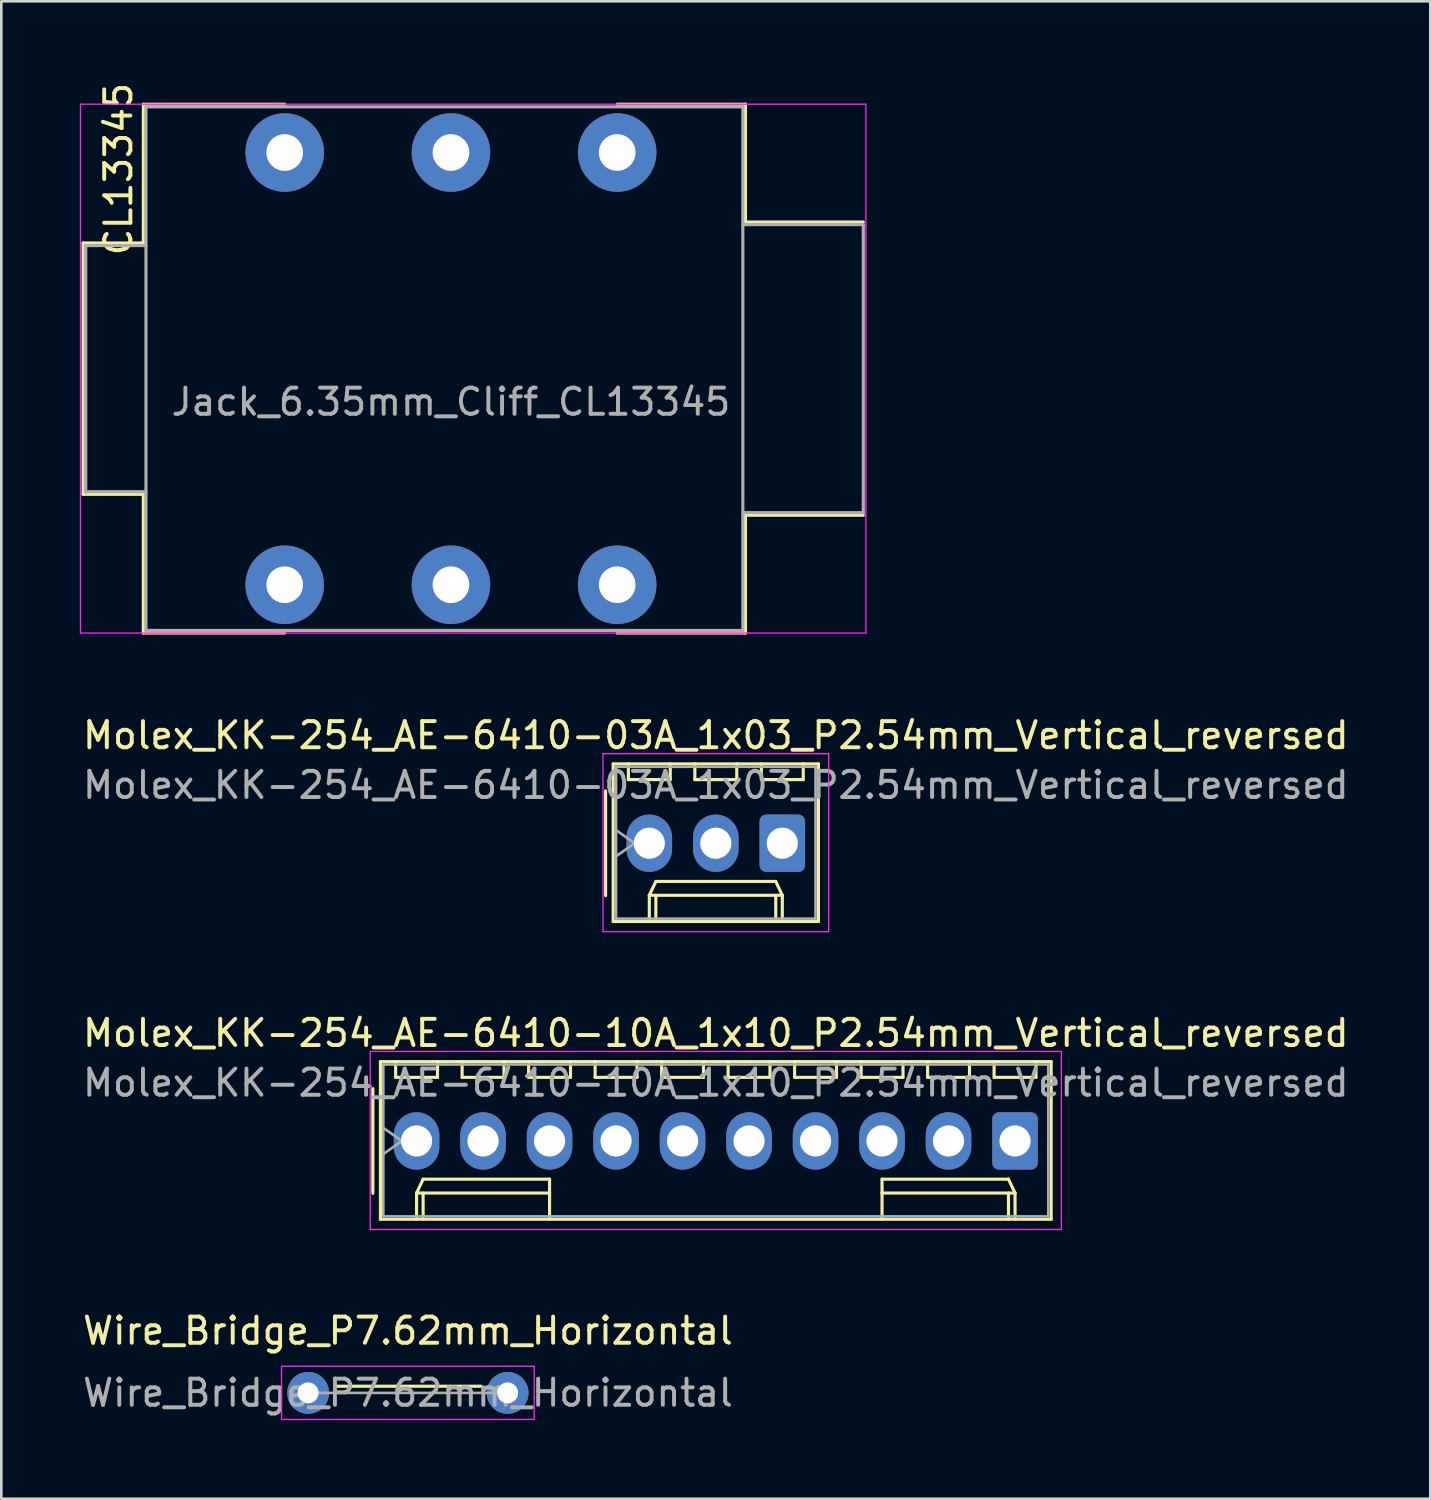
<source format=kicad_pcb>
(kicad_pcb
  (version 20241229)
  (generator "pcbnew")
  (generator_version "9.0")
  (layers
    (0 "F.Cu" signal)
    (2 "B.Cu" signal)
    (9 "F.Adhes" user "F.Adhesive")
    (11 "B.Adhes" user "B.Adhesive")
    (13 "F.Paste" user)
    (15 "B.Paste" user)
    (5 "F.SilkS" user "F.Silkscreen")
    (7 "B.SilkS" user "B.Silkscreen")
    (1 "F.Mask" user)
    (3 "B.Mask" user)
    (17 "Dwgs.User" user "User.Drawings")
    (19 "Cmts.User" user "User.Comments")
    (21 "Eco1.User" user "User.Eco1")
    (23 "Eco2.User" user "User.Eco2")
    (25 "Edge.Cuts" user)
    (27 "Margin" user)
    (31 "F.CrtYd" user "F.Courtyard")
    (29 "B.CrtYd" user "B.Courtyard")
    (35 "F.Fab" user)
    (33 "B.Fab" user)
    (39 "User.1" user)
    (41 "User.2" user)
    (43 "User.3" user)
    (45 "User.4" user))
  (footprint "Molex_KK-254_AE-6410-03A_1x03_P2.54mm_Vertical_reversed"
    (layer "F.Cu")
    (at 21.752 29.159)
    (property "Reference" "Molex_KK-254_AE-6410-03A_1x03_P2.54mm_Vertical_reversed" (at 2.54 -4.12 0) (layer "F.SilkS") (effects (font (size 1 1) (thickness 0.15))))
    (attr through_hole)
    (fp_line (start -1.67 -2) (end -1.67 2) (stroke (width 0.12) (type solid)) (layer "F.SilkS"))
    (fp_line (start -1.38 -3.03) (end -1.38 2.99) (stroke (width 0.12) (type solid)) (layer "F.SilkS"))
    (fp_line (start -1.38 2.99) (end 6.46 2.99) (stroke (width 0.12) (type solid)) (layer "F.SilkS"))
    (fp_line (start -0.8 -3.03) (end -0.8 -2.43) (stroke (width 0.12) (type solid)) (layer "F.SilkS"))
    (fp_line (start -0.8 -2.43) (end 0.8 -2.43) (stroke (width 0.12) (type solid)) (layer "F.SilkS"))
    (fp_line (start 0 1.99) (end 0.25 1.46) (stroke (width 0.12) (type solid)) (layer "F.SilkS"))
    (fp_line (start 0 1.99) (end 5.08 1.99) (stroke (width 0.12) (type solid)) (layer "F.SilkS"))
    (fp_line (start 0 2.99) (end 0 1.99) (stroke (width 0.12) (type solid)) (layer "F.SilkS"))
    (fp_line (start 0.25 1.46) (end 4.83 1.46) (stroke (width 0.12) (type solid)) (layer "F.SilkS"))
    (fp_line (start 0.25 2.99) (end 0.25 1.99) (stroke (width 0.12) (type solid)) (layer "F.SilkS"))
    (fp_line (start 0.8 -2.43) (end 0.8 -3.03) (stroke (width 0.12) (type solid)) (layer "F.SilkS"))
    (fp_line (start 1.74 -3.03) (end 1.74 -2.43) (stroke (width 0.12) (type solid)) (layer "F.SilkS"))
    (fp_line (start 1.74 -2.43) (end 3.34 -2.43) (stroke (width 0.12) (type solid)) (layer "F.SilkS"))
    (fp_line (start 3.34 -2.43) (end 3.34 -3.03) (stroke (width 0.12) (type solid)) (layer "F.SilkS"))
    (fp_line (start 4.28 -3.03) (end 4.28 -2.43) (stroke (width 0.12) (type solid)) (layer "F.SilkS"))
    (fp_line (start 4.28 -2.43) (end 5.88 -2.43) (stroke (width 0.12) (type solid)) (layer "F.SilkS"))
    (fp_line (start 4.83 1.46) (end 5.08 1.99) (stroke (width 0.12) (type solid)) (layer "F.SilkS"))
    (fp_line (start 4.83 2.99) (end 4.83 1.99) (stroke (width 0.12) (type solid)) (layer "F.SilkS"))
    (fp_line (start 5.08 1.99) (end 5.08 2.99) (stroke (width 0.12) (type solid)) (layer "F.SilkS"))
    (fp_line (start 5.88 -2.43) (end 5.88 -3.03) (stroke (width 0.12) (type solid)) (layer "F.SilkS"))
    (fp_line (start 6.46 -3.03) (end -1.38 -3.03) (stroke (width 0.12) (type solid)) (layer "F.SilkS"))
    (fp_line (start 6.46 2.99) (end 6.46 -3.03) (stroke (width 0.12) (type solid)) (layer "F.SilkS"))
    (fp_line (start -1.77 -3.42) (end -1.77 3.38) (stroke (width 0.05) (type solid)) (layer "F.CrtYd"))
    (fp_line (start -1.77 3.38) (end 6.85 3.38) (stroke (width 0.05) (type solid)) (layer "F.CrtYd"))
    (fp_line (start 6.85 -3.42) (end -1.77 -3.42) (stroke (width 0.05) (type solid)) (layer "F.CrtYd"))
    (fp_line (start 6.85 3.38) (end 6.85 -3.42) (stroke (width 0.05) (type solid)) (layer "F.CrtYd"))
    (fp_line (start -1.27 -2.92) (end -1.27 2.88) (stroke (width 0.1) (type solid)) (layer "F.Fab"))
    (fp_line (start -1.27 -0.5) (end -0.563 0) (stroke (width 0.1) (type solid)) (layer "F.Fab"))
    (fp_line (start -1.27 2.88) (end 6.35 2.88) (stroke (width 0.1) (type solid)) (layer "F.Fab"))
    (fp_line (start -0.563 0) (end -1.27 0.5) (stroke (width 0.1) (type solid)) (layer "F.Fab"))
    (fp_line (start 6.35 -2.92) (end -1.27 -2.92) (stroke (width 0.1) (type solid)) (layer "F.Fab"))
    (fp_line (start 6.35 2.88) (end 6.35 -2.92) (stroke (width 0.1) (type solid)) (layer "F.Fab"))
    (fp_text user "${REFERENCE}" (at 2.54 -2.22 0) (layer "F.Fab") (effects (font (size 1 1) (thickness 0.15))))
    (pad "1" thru_hole roundrect (at 5.08 0) (size 1.74 2.19) (drill 1.19) (layers "*.Cu" "*.Mask") (roundrect_rratio 0.144))
    (pad "2" thru_hole oval (at 2.54 0) (size 1.74 2.19) (drill 1.19) (layers "*.Cu" "*.Mask"))
    (pad "3" thru_hole oval (at 0 0) (size 1.74 2.19) (drill 1.19) (layers "*.Cu" "*.Mask")))
  (footprint "Wire_Bridge_P7.62mm_Horizontal"
    (layer "F.Cu")
    (at 8.72 50.155)
    (property "Reference" "Wire_Bridge_P7.62mm_Horizontal" (at 3.81 -2.37 0) (layer "F.SilkS") (effects (font (size 1 1) (thickness 0.15))))
    (attr through_hole)
    (fp_line (start 1.016 -0.254) (end 6.604 -0.254) (stroke (width 0.12) (type solid)) (layer "F.SilkS"))
    (fp_line (start -1.016 -1.016) (end -1.016 1.016) (stroke (width 0.05) (type solid)) (layer "F.CrtYd"))
    (fp_line (start -1.016 1.016) (end 8.636 1.016) (stroke (width 0.05) (type solid)) (layer "F.CrtYd"))
    (fp_line (start 8.636 -1.016) (end -1.016 -1.016) (stroke (width 0.05) (type solid)) (layer "F.CrtYd"))
    (fp_line (start 8.636 1.016) (end 8.636 -1.016) (stroke (width 0.05) (type solid)) (layer "F.CrtYd"))
    (fp_line (start 0 0) (end 0.66 0) (stroke (width 0.1) (type solid)) (layer "F.Fab"))
    (fp_line (start 0.66 0) (end 6.96 0) (stroke (width 0.1) (type solid)) (layer "F.Fab"))
    (fp_line (start 7.62 0) (end 6.96 0) (stroke (width 0.1) (type solid)) (layer "F.Fab"))
    (fp_text user "${REFERENCE}" (at 3.81 0 0) (layer "F.Fab") (effects (font (size 1 1) (thickness 0.15))))
    (pad "1" thru_hole circle (at 0 0) (size 1.6 1.6) (drill 0.8) (layers "*.Cu" "*.Mask"))
    (pad "2" thru_hole oval (at 7.62 0) (size 1.6 1.6) (drill 0.8) (layers "*.Cu" "*.Mask")))
  (footprint "Molex_KK-254_AE-6410-10A_1x10_P2.54mm_Vertical_reversed"
    (layer "F.Cu")
    (at 12.862 40.532)
    (property "Reference" "Molex_KK-254_AE-6410-10A_1x10_P2.54mm_Vertical_reversed" (at 11.43 -4.12 180) (layer "F.SilkS") (effects (font (size 1 1) (thickness 0.15))))
    (attr through_hole)
    (fp_line (start -1.67 -2) (end -1.67 2) (stroke (width 0.12) (type solid)) (layer "F.SilkS"))
    (fp_line (start -1.38 -3.03) (end -1.38 2.99) (stroke (width 0.12) (type solid)) (layer "F.SilkS"))
    (fp_line (start -1.38 2.99) (end 24.24 2.99) (stroke (width 0.12) (type solid)) (layer "F.SilkS"))
    (fp_line (start -0.8 -3.03) (end -0.8 -2.43) (stroke (width 0.12) (type solid)) (layer "F.SilkS"))
    (fp_line (start -0.8 -2.43) (end 0.8 -2.43) (stroke (width 0.12) (type solid)) (layer "F.SilkS"))
    (fp_line (start 0 1.99) (end 0.25 1.46) (stroke (width 0.12) (type solid)) (layer "F.SilkS"))
    (fp_line (start 0 1.99) (end 5.08 1.99) (stroke (width 0.12) (type solid)) (layer "F.SilkS"))
    (fp_line (start 0 2.99) (end 0 1.99) (stroke (width 0.12) (type solid)) (layer "F.SilkS"))
    (fp_line (start 0.25 1.46) (end 5.08 1.46) (stroke (width 0.12) (type solid)) (layer "F.SilkS"))
    (fp_line (start 0.25 2.99) (end 0.25 1.99) (stroke (width 0.12) (type solid)) (layer "F.SilkS"))
    (fp_line (start 0.8 -2.43) (end 0.8 -3.03) (stroke (width 0.12) (type solid)) (layer "F.SilkS"))
    (fp_line (start 1.74 -3.03) (end 1.74 -2.43) (stroke (width 0.12) (type solid)) (layer "F.SilkS"))
    (fp_line (start 1.74 -2.43) (end 3.34 -2.43) (stroke (width 0.12) (type solid)) (layer "F.SilkS"))
    (fp_line (start 3.34 -2.43) (end 3.34 -3.03) (stroke (width 0.12) (type solid)) (layer "F.SilkS"))
    (fp_line (start 4.28 -3.03) (end 4.28 -2.43) (stroke (width 0.12) (type solid)) (layer "F.SilkS"))
    (fp_line (start 4.28 -2.43) (end 5.88 -2.43) (stroke (width 0.12) (type solid)) (layer "F.SilkS"))
    (fp_line (start 5.08 1.46) (end 5.08 1.99) (stroke (width 0.12) (type solid)) (layer "F.SilkS"))
    (fp_line (start 5.08 1.99) (end 5.08 2.99) (stroke (width 0.12) (type solid)) (layer "F.SilkS"))
    (fp_line (start 5.88 -2.43) (end 5.88 -3.03) (stroke (width 0.12) (type solid)) (layer "F.SilkS"))
    (fp_line (start 6.82 -3.03) (end 6.82 -2.43) (stroke (width 0.12) (type solid)) (layer "F.SilkS"))
    (fp_line (start 6.82 -2.43) (end 8.42 -2.43) (stroke (width 0.12) (type solid)) (layer "F.SilkS"))
    (fp_line (start 8.42 -2.43) (end 8.42 -3.03) (stroke (width 0.12) (type solid)) (layer "F.SilkS"))
    (fp_line (start 9.36 -3.03) (end 9.36 -2.43) (stroke (width 0.12) (type solid)) (layer "F.SilkS"))
    (fp_line (start 9.36 -2.43) (end 10.96 -2.43) (stroke (width 0.12) (type solid)) (layer "F.SilkS"))
    (fp_line (start 10.96 -2.43) (end 10.96 -3.03) (stroke (width 0.12) (type solid)) (layer "F.SilkS"))
    (fp_line (start 11.9 -3.03) (end 11.9 -2.43) (stroke (width 0.12) (type solid)) (layer "F.SilkS"))
    (fp_line (start 11.9 -2.43) (end 13.5 -2.43) (stroke (width 0.12) (type solid)) (layer "F.SilkS"))
    (fp_line (start 13.5 -2.43) (end 13.5 -3.03) (stroke (width 0.12) (type solid)) (layer "F.SilkS"))
    (fp_line (start 14.44 -3.03) (end 14.44 -2.43) (stroke (width 0.12) (type solid)) (layer "F.SilkS"))
    (fp_line (start 14.44 -2.43) (end 16.04 -2.43) (stroke (width 0.12) (type solid)) (layer "F.SilkS"))
    (fp_line (start 16.04 -2.43) (end 16.04 -3.03) (stroke (width 0.12) (type solid)) (layer "F.SilkS"))
    (fp_line (start 16.98 -3.03) (end 16.98 -2.43) (stroke (width 0.12) (type solid)) (layer "F.SilkS"))
    (fp_line (start 16.98 -2.43) (end 18.58 -2.43) (stroke (width 0.12) (type solid)) (layer "F.SilkS"))
    (fp_line (start 17.78 1.46) (end 17.78 1.99) (stroke (width 0.12) (type solid)) (layer "F.SilkS"))
    (fp_line (start 17.78 1.99) (end 17.78 2.99) (stroke (width 0.12) (type solid)) (layer "F.SilkS"))
    (fp_line (start 18.58 -2.43) (end 18.58 -3.03) (stroke (width 0.12) (type solid)) (layer "F.SilkS"))
    (fp_line (start 19.52 -3.03) (end 19.52 -2.43) (stroke (width 0.12) (type solid)) (layer "F.SilkS"))
    (fp_line (start 19.52 -2.43) (end 21.12 -2.43) (stroke (width 0.12) (type solid)) (layer "F.SilkS"))
    (fp_line (start 21.12 -2.43) (end 21.12 -3.03) (stroke (width 0.12) (type solid)) (layer "F.SilkS"))
    (fp_line (start 22.06 -3.03) (end 22.06 -2.43) (stroke (width 0.12) (type solid)) (layer "F.SilkS"))
    (fp_line (start 22.06 -2.43) (end 23.66 -2.43) (stroke (width 0.12) (type solid)) (layer "F.SilkS"))
    (fp_line (start 22.61 1.46) (end 17.78 1.46) (stroke (width 0.12) (type solid)) (layer "F.SilkS"))
    (fp_line (start 22.61 2.99) (end 22.61 1.99) (stroke (width 0.12) (type solid)) (layer "F.SilkS"))
    (fp_line (start 22.86 1.99) (end 17.78 1.99) (stroke (width 0.12) (type solid)) (layer "F.SilkS"))
    (fp_line (start 22.86 1.99) (end 22.61 1.46) (stroke (width 0.12) (type solid)) (layer "F.SilkS"))
    (fp_line (start 22.86 2.99) (end 22.86 1.99) (stroke (width 0.12) (type solid)) (layer "F.SilkS"))
    (fp_line (start 23.66 -2.43) (end 23.66 -3.03) (stroke (width 0.12) (type solid)) (layer "F.SilkS"))
    (fp_line (start 24.24 -3.03) (end -1.38 -3.03) (stroke (width 0.12) (type solid)) (layer "F.SilkS"))
    (fp_line (start 24.24 2.99) (end 24.24 -3.03) (stroke (width 0.12) (type solid)) (layer "F.SilkS"))
    (fp_line (start -1.77 -3.42) (end -1.77 3.38) (stroke (width 0.05) (type solid)) (layer "F.CrtYd"))
    (fp_line (start -1.77 3.38) (end 24.63 3.38) (stroke (width 0.05) (type solid)) (layer "F.CrtYd"))
    (fp_line (start 24.63 -3.42) (end -1.77 -3.42) (stroke (width 0.05) (type solid)) (layer "F.CrtYd"))
    (fp_line (start 24.63 3.38) (end 24.63 -3.42) (stroke (width 0.05) (type solid)) (layer "F.CrtYd"))
    (fp_line (start -1.27 -2.92) (end -1.27 2.88) (stroke (width 0.1) (type solid)) (layer "F.Fab"))
    (fp_line (start -1.27 -0.5) (end -0.563 0) (stroke (width 0.1) (type solid)) (layer "F.Fab"))
    (fp_line (start -1.27 2.88) (end 24.13 2.88) (stroke (width 0.1) (type solid)) (layer "F.Fab"))
    (fp_line (start -0.563 0) (end -1.27 0.5) (stroke (width 0.1) (type solid)) (layer "F.Fab"))
    (fp_line (start 24.13 -2.92) (end -1.27 -2.92) (stroke (width 0.1) (type solid)) (layer "F.Fab"))
    (fp_line (start 24.13 2.88) (end 24.13 -2.92) (stroke (width 0.1) (type solid)) (layer "F.Fab"))
    (fp_text user "${REFERENCE}" (at 11.43 -2.22 180) (layer "F.Fab") (effects (font (size 1 1) (thickness 0.15))))
    (pad "1" thru_hole roundrect (at 22.86 0) (size 1.74 2.19) (drill 1.19) (layers "*.Cu" "*.Mask") (roundrect_rratio 0.144))
    (pad "2" thru_hole oval (at 20.32 0) (size 1.74 2.19) (drill 1.19) (layers "*.Cu" "*.Mask"))
    (pad "3" thru_hole oval (at 17.78 0) (size 1.74 2.19) (drill 1.19) (layers "*.Cu" "*.Mask"))
    (pad "4" thru_hole oval (at 15.24 0) (size 1.74 2.19) (drill 1.19) (layers "*.Cu" "*.Mask"))
    (pad "5" thru_hole oval (at 12.7 0) (size 1.74 2.19) (drill 1.19) (layers "*.Cu" "*.Mask"))
    (pad "6" thru_hole oval (at 10.16 0) (size 1.74 2.19) (drill 1.19) (layers "*.Cu" "*.Mask"))
    (pad "7" thru_hole oval (at 7.62 0) (size 1.74 2.19) (drill 1.19) (layers "*.Cu" "*.Mask"))
    (pad "8" thru_hole oval (at 5.08 0) (size 1.74 2.19) (drill 1.19) (layers "*.Cu" "*.Mask"))
    (pad "9" thru_hole oval (at 2.54 0) (size 1.74 2.19) (drill 1.19) (layers "*.Cu" "*.Mask"))
    (pad "10" thru_hole oval (at 0 0) (size 1.74 2.19) (drill 1.19) (layers "*.Cu" "*.Mask")))
  (footprint "CL13345"
    (layer "F.Cu")
    (at 20.525 11.031)
    (property "Reference" "CL13345" (at -19.05 -7.62 270) (layer "F.SilkS") (effects (font (size 1 1) (thickness 0.15))))
    (attr through_hole)
    (fp_line (start -20.4 -4.8) (end -20.4 4.8) (stroke (width 0.12) (type solid)) (layer "F.SilkS"))
    (fp_line (start -20.4 4.8) (end -18.1 4.8) (stroke (width 0.12) (type solid)) (layer "F.SilkS"))
    (fp_line (start -18.1 -10.1) (end -18.1 -4.8) (stroke (width 0.12) (type solid)) (layer "F.SilkS"))
    (fp_line (start -18.1 -4.8) (end -20.4 -4.8) (stroke (width 0.12) (type solid)) (layer "F.SilkS"))
    (fp_line (start -18.1 4.8) (end -18.1 10.1) (stroke (width 0.12) (type solid)) (layer "F.SilkS"))
    (fp_line (start -18.1 10.1) (end -12.7 10.1) (stroke (width 0.12) (type solid)) (layer "F.SilkS"))
    (fp_line (start -12.7 -10.1) (end -18.1 -10.1) (stroke (width 0.12) (type solid)) (layer "F.SilkS"))
    (fp_line (start 4.9 -10.1) (end 0 -10.1) (stroke (width 0.12) (type solid)) (layer "F.SilkS"))
    (fp_line (start 4.9 -5.6) (end 4.9 -10.1) (stroke (width 0.12) (type solid)) (layer "F.SilkS"))
    (fp_line (start 4.9 5.6) (end 4.9 10.1) (stroke (width 0.12) (type solid)) (layer "F.SilkS"))
    (fp_line (start 4.9 10.1) (end 0 10.1) (stroke (width 0.12) (type solid)) (layer "F.SilkS"))
    (fp_line (start 9.4 -5.6) (end 4.9 -5.6) (stroke (width 0.12) (type solid)) (layer "F.SilkS"))
    (fp_line (start 9.4 5.6) (end 4.9 5.6) (stroke (width 0.12) (type solid)) (layer "F.SilkS"))
    (fp_line (start -20.5 -10.1) (end 9.5 -10.1) (stroke (width 0.05) (type solid)) (layer "F.CrtYd"))
    (fp_line (start -20.5 10.1) (end -20.5 -10.1) (stroke (width 0.05) (type solid)) (layer "F.CrtYd"))
    (fp_line (start 9.5 -10.1) (end 9.5 10.1) (stroke (width 0.05) (type solid)) (layer "F.CrtYd"))
    (fp_line (start 9.5 10.1) (end -20.5 10.1) (stroke (width 0.05) (type solid)) (layer "F.CrtYd"))
    (fp_line (start -20.3 -4.7) (end -18 -4.7) (stroke (width 0.12) (type solid)) (layer "F.Fab"))
    (fp_line (start -20.3 4.7) (end -20.3 -4.7) (stroke (width 0.12) (type solid)) (layer "F.Fab"))
    (fp_line (start -20.3 4.7) (end -18 4.7) (stroke (width 0.12) (type solid)) (layer "F.Fab"))
    (fp_line (start -18 -10) (end -18 10) (stroke (width 0.12) (type solid)) (layer "F.Fab"))
    (fp_line (start -18 10) (end 4.8 10) (stroke (width 0.12) (type solid)) (layer "F.Fab"))
    (fp_line (start 4.8 -10) (end -18 -10) (stroke (width 0.12) (type solid)) (layer "F.Fab"))
    (fp_line (start 4.8 -10) (end 4.8 10) (stroke (width 0.12) (type solid)) (layer "F.Fab"))
    (fp_line (start 9.4 -5.5) (end 4.8 -5.5) (stroke (width 0.12) (type solid)) (layer "F.Fab"))
    (fp_line (start 9.4 5.5) (end 4.8 5.5) (stroke (width 0.12) (type solid)) (layer "F.Fab"))
    (fp_line (start 9.4 5.5) (end 9.4 -5.5) (stroke (width 0.12) (type solid)) (layer "F.Fab"))
    (fp_text user "Jack_6.35mm_Cliff_CL13345" (at -6.35 1.27 0) (layer "F.Fab") (effects (font (size 1 1) (thickness 0.15))))
    (pad "R" thru_hole circle (at -6.35 -8.255 90) (size 3 3) (drill 1.4) (layers "*.Cu" "*.Mask"))
    (pad "RN" thru_hole circle (at -6.35 8.255 90) (size 3 3) (drill 1.4) (layers "*.Cu" "*.Mask"))
    (pad "S" thru_hole circle (at 0 -8.255 90) (size 3 3) (drill 1.4) (layers "*.Cu" "*.Mask"))
    (pad "SN" thru_hole circle (at 0 8.255 90) (size 3 3) (drill 1.4) (layers "*.Cu" "*.Mask"))
    (pad "T" thru_hole circle (at -12.7 -8.255 90) (size 3 3) (drill 1.4) (layers "*.Cu" "*.Mask"))
    (pad "TN" thru_hole circle (at -12.7 8.255 90) (size 3 3) (drill 1.4) (layers "*.Cu" "*.Mask")))
  (gr_rect
    (start -3 -3)
    (end 51.583 54.196)
    (stroke (width 0.1) (type default))
    (fill no)
    (layer "Edge.Cuts")))
</source>
